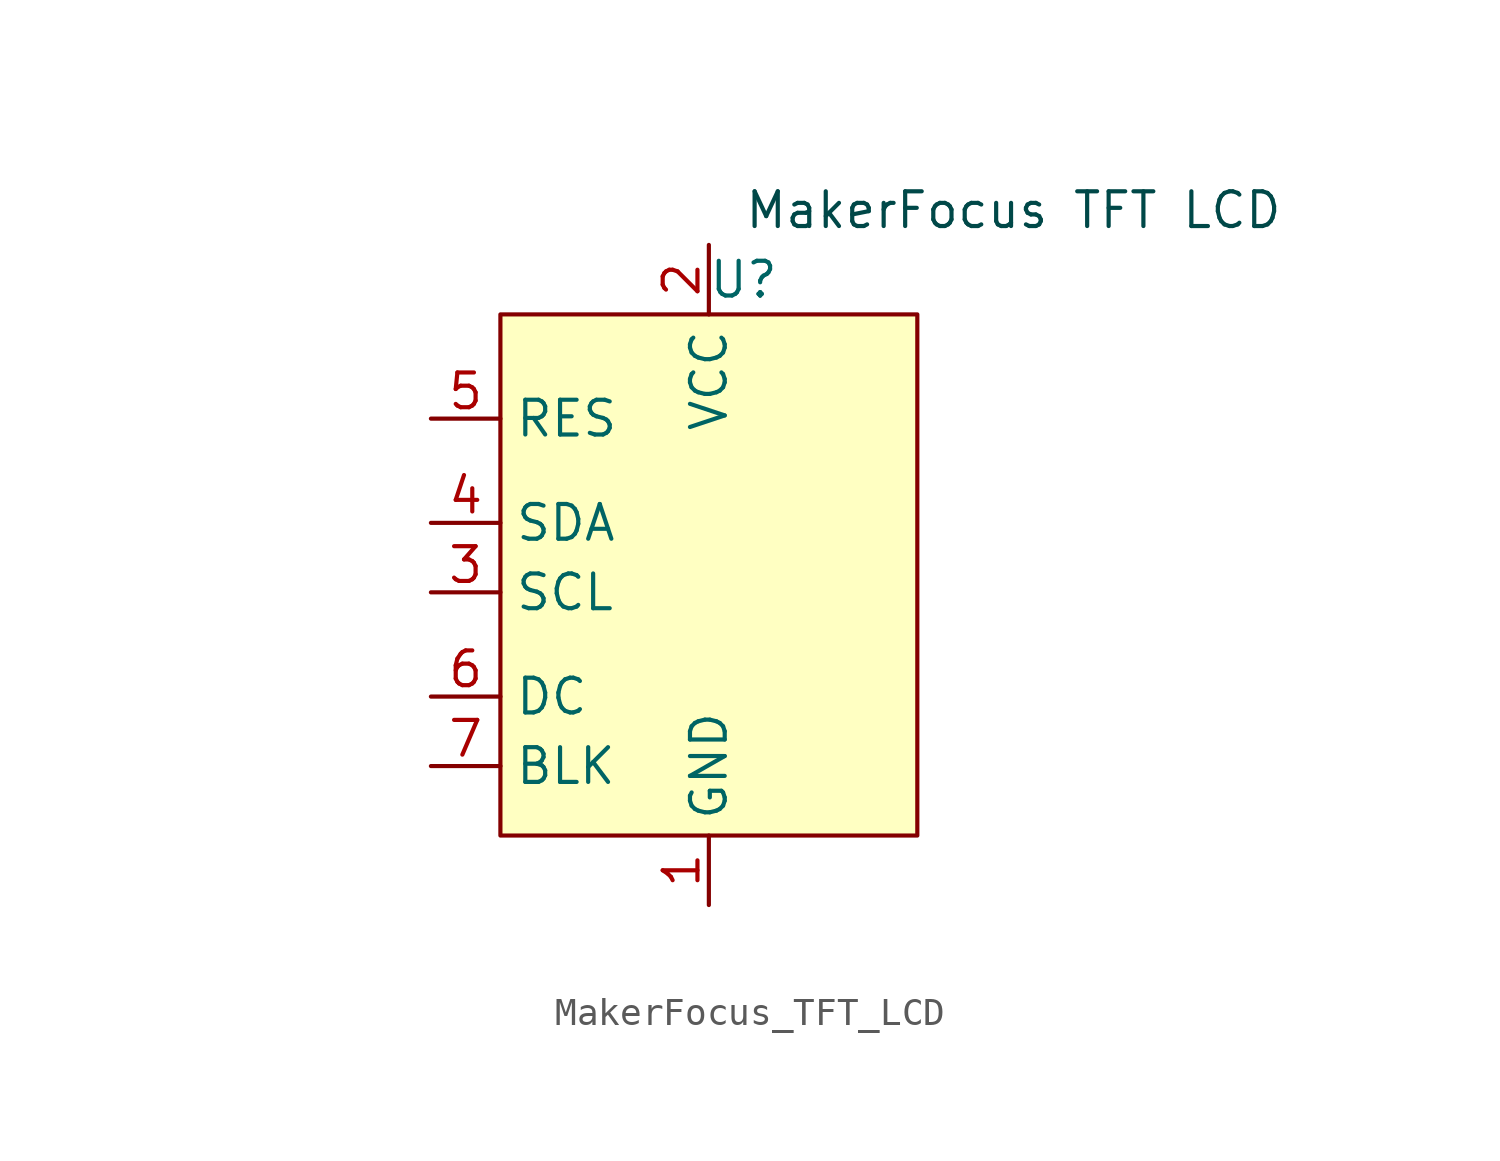
<source format=kicad_sym>
(kicad_symbol_lib
  (version 20220914)
  (generator kicad_symbol_editor)
  (symbol "MakerFocus_TFT_LCD"
    (property "Reference" "U"
      (at 1.27 10.16 0)
      (effects (font (size 1.27 1.27))))
    (property "Value" ""
      (at -17.78 -6.35 0)
      (effects (font (size 1.27 1.27))))
    (symbol "MakerFocus_TFT_LCD_1_1"
      (rectangle (start -7.62 8.89) (end 7.62 -10.16) (stroke (width 0) (type default)) (fill (type background)))
      (text "MakerFocus TFT LCD" (at 1.27 12.7 0) (effects (font (size 1.27 1.27) (color 0 72 72 1)) (justify left)))
      (pin power_in line (at 0 -12.7 90) (length 2.54) (name "GND" (effects (font (size 1.27 1.27)))) (number "1" (effects (font (size 1.27 1.27)))))
      (pin power_in line (at 0 11.43 270) (length 2.54) (name "VCC" (effects (font (size 1.27 1.27)))) (number "2" (effects (font (size 1.27 1.27)))))
      (pin input line (at -10.16 -1.27 0) (length 2.54) (name "SCL" (effects (font (size 1.27 1.27)))) (number "3" (effects (font (size 1.27 1.27)))))
      (pin bidirectional line (at -10.16 1.27 0) (length 2.54) (name "SDA" (effects (font (size 1.27 1.27)))) (number "4" (effects (font (size 1.27 1.27)))))
      (pin input line (at -10.16 5.08 0) (length 2.54) (name "RES" (effects (font (size 1.27 1.27)))) (number "5" (effects (font (size 1.27 1.27)))))
      (pin input line (at -10.16 -5.08 0) (length 2.54) (name "DC" (effects (font (size 1.27 1.27)))) (number "6" (effects (font (size 1.27 1.27)))))
      (pin input line (at -10.16 -7.62 0) (length 2.54) (name "BLK" (effects (font (size 1.27 1.27)))) (number "7" (effects (font (size 1.27 1.27))))))))
</source>
